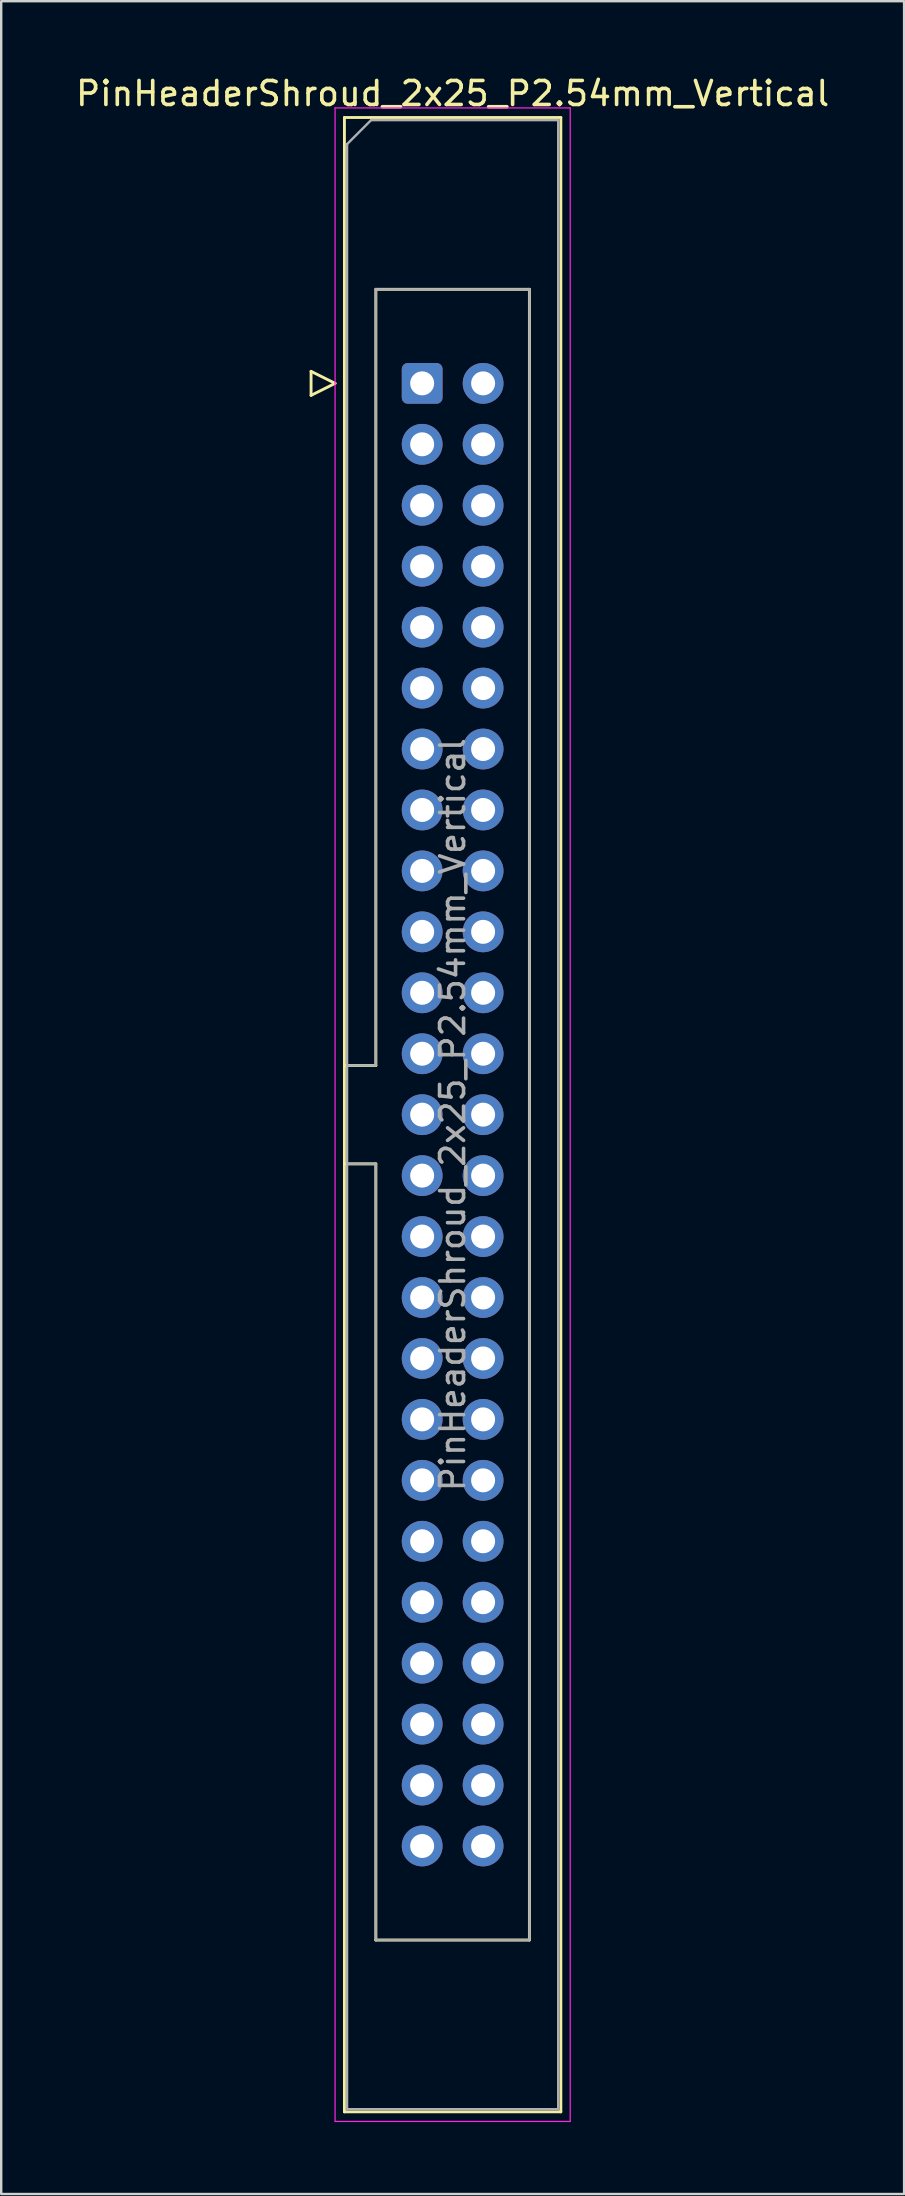
<source format=kicad_pcb>
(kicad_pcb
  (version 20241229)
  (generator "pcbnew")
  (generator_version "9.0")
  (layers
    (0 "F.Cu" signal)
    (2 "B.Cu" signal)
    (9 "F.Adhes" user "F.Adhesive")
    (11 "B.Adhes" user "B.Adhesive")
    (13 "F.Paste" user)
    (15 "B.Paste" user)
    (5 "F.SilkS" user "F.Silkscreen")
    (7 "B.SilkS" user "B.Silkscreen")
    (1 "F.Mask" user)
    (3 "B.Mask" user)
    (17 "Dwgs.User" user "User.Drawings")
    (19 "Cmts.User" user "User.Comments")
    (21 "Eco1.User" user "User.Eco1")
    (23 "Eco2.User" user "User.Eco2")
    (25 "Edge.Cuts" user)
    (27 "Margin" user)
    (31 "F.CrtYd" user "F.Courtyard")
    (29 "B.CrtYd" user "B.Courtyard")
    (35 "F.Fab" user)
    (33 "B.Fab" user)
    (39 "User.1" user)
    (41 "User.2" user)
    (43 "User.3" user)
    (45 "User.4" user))
  (footprint "PinHeaderShroud_2x25_P2.54mm_Vertical"
    (layer "F.Cu")
    (at 14.545 12.928)
    (property "Reference" "PinHeaderShroud_2x25_P2.54mm_Vertical" (at 1.27 -12.08 0) (layer "F.SilkS") (effects (font (size 1 1) (thickness 0.15))))
    (attr through_hole)
    (fp_line (start -4.63 -0.5) (end -4.63 0.5) (stroke (width 0.12) (type solid)) (layer "F.SilkS"))
    (fp_line (start -4.63 0.5) (end -3.63 0) (stroke (width 0.12) (type solid)) (layer "F.SilkS"))
    (fp_line (start -3.63 0) (end -4.63 -0.5) (stroke (width 0.12) (type solid)) (layer "F.SilkS"))
    (fp_line (start -3.24 -11.08) (end 5.78 -11.08) (stroke (width 0.12) (type solid)) (layer "F.SilkS"))
    (fp_line (start -3.24 28.43) (end -1.93 28.43) (stroke (width 0.12) (type solid)) (layer "F.SilkS"))
    (fp_line (start -3.24 32.53) (end -1.93 32.53) (stroke (width 0.12) (type solid)) (layer "F.SilkS"))
    (fp_line (start -3.24 72.04) (end -3.24 -11.08) (stroke (width 0.12) (type solid)) (layer "F.SilkS"))
    (fp_line (start -1.93 -3.92) (end 4.47 -3.92) (stroke (width 0.12) (type solid)) (layer "F.SilkS"))
    (fp_line (start -1.93 28.43) (end -1.93 -3.92) (stroke (width 0.12) (type solid)) (layer "F.SilkS"))
    (fp_line (start -1.93 64.88) (end -1.93 32.53) (stroke (width 0.12) (type solid)) (layer "F.SilkS"))
    (fp_line (start 4.47 -3.92) (end 4.47 64.88) (stroke (width 0.12) (type solid)) (layer "F.SilkS"))
    (fp_line (start 4.47 64.88) (end -1.93 64.88) (stroke (width 0.12) (type solid)) (layer "F.SilkS"))
    (fp_line (start 5.78 -11.08) (end 5.78 72.04) (stroke (width 0.12) (type solid)) (layer "F.SilkS"))
    (fp_line (start 5.78 72.04) (end -3.24 72.04) (stroke (width 0.12) (type solid)) (layer "F.SilkS"))
    (fp_line (start -3.63 -11.48) (end -3.63 72.44) (stroke (width 0.05) (type solid)) (layer "F.CrtYd"))
    (fp_line (start -3.63 72.44) (end 6.17 72.44) (stroke (width 0.05) (type solid)) (layer "F.CrtYd"))
    (fp_line (start 6.17 -11.48) (end -3.63 -11.48) (stroke (width 0.05) (type solid)) (layer "F.CrtYd"))
    (fp_line (start 6.17 72.44) (end 6.17 -11.48) (stroke (width 0.05) (type solid)) (layer "F.CrtYd"))
    (fp_line (start -3.13 -9.97) (end -2.13 -10.97) (stroke (width 0.1) (type solid)) (layer "F.Fab"))
    (fp_line (start -3.13 28.43) (end -1.93 28.43) (stroke (width 0.1) (type solid)) (layer "F.Fab"))
    (fp_line (start -3.13 32.53) (end -1.93 32.53) (stroke (width 0.1) (type solid)) (layer "F.Fab"))
    (fp_line (start -3.13 71.93) (end -3.13 -9.97) (stroke (width 0.1) (type solid)) (layer "F.Fab"))
    (fp_line (start -2.13 -10.97) (end 5.67 -10.97) (stroke (width 0.1) (type solid)) (layer "F.Fab"))
    (fp_line (start -1.93 -3.92) (end 4.47 -3.92) (stroke (width 0.1) (type solid)) (layer "F.Fab"))
    (fp_line (start -1.93 28.43) (end -1.93 -3.92) (stroke (width 0.1) (type solid)) (layer "F.Fab"))
    (fp_line (start -1.93 64.88) (end -1.93 32.53) (stroke (width 0.1) (type solid)) (layer "F.Fab"))
    (fp_line (start 4.47 -3.92) (end 4.47 64.88) (stroke (width 0.1) (type solid)) (layer "F.Fab"))
    (fp_line (start 4.47 64.88) (end -1.93 64.88) (stroke (width 0.1) (type solid)) (layer "F.Fab"))
    (fp_line (start 5.67 -10.97) (end 5.67 71.93) (stroke (width 0.1) (type solid)) (layer "F.Fab"))
    (fp_line (start 5.67 71.93) (end -3.13 71.93) (stroke (width 0.1) (type solid)) (layer "F.Fab"))
    (fp_text user "${REFERENCE}" (at 1.27 30.48 90) (layer "F.Fab") (effects (font (size 1 1) (thickness 0.15))))
    (pad "1" thru_hole roundrect (at 0 0) (size 1.7 1.7) (drill 1) (layers "*.Cu" "*.Mask") (roundrect_rratio 0.147))
    (pad "2" thru_hole circle (at 2.54 0) (size 1.7 1.7) (drill 1) (layers "*.Cu" "*.Mask"))
    (pad "3" thru_hole circle (at 0 2.54) (size 1.7 1.7) (drill 1) (layers "*.Cu" "*.Mask"))
    (pad "4" thru_hole circle (at 2.54 2.54) (size 1.7 1.7) (drill 1) (layers "*.Cu" "*.Mask"))
    (pad "5" thru_hole circle (at 0 5.08) (size 1.7 1.7) (drill 1) (layers "*.Cu" "*.Mask"))
    (pad "6" thru_hole circle (at 2.54 5.08) (size 1.7 1.7) (drill 1) (layers "*.Cu" "*.Mask"))
    (pad "7" thru_hole circle (at 0 7.62) (size 1.7 1.7) (drill 1) (layers "*.Cu" "*.Mask"))
    (pad "8" thru_hole circle (at 2.54 7.62) (size 1.7 1.7) (drill 1) (layers "*.Cu" "*.Mask"))
    (pad "9" thru_hole circle (at 0 10.16) (size 1.7 1.7) (drill 1) (layers "*.Cu" "*.Mask"))
    (pad "10" thru_hole circle (at 2.54 10.16) (size 1.7 1.7) (drill 1) (layers "*.Cu" "*.Mask"))
    (pad "11" thru_hole circle (at 0 12.7) (size 1.7 1.7) (drill 1) (layers "*.Cu" "*.Mask"))
    (pad "12" thru_hole circle (at 2.54 12.7) (size 1.7 1.7) (drill 1) (layers "*.Cu" "*.Mask"))
    (pad "13" thru_hole circle (at 0 15.24) (size 1.7 1.7) (drill 1) (layers "*.Cu" "*.Mask"))
    (pad "14" thru_hole circle (at 2.54 15.24) (size 1.7 1.7) (drill 1) (layers "*.Cu" "*.Mask"))
    (pad "15" thru_hole circle (at 0 17.78) (size 1.7 1.7) (drill 1) (layers "*.Cu" "*.Mask"))
    (pad "16" thru_hole circle (at 2.54 17.78) (size 1.7 1.7) (drill 1) (layers "*.Cu" "*.Mask"))
    (pad "17" thru_hole circle (at 0 20.32) (size 1.7 1.7) (drill 1) (layers "*.Cu" "*.Mask"))
    (pad "18" thru_hole circle (at 2.54 20.32) (size 1.7 1.7) (drill 1) (layers "*.Cu" "*.Mask"))
    (pad "19" thru_hole circle (at 0 22.86) (size 1.7 1.7) (drill 1) (layers "*.Cu" "*.Mask"))
    (pad "20" thru_hole circle (at 2.54 22.86) (size 1.7 1.7) (drill 1) (layers "*.Cu" "*.Mask"))
    (pad "21" thru_hole circle (at 0 25.4) (size 1.7 1.7) (drill 1) (layers "*.Cu" "*.Mask"))
    (pad "22" thru_hole circle (at 2.54 25.4) (size 1.7 1.7) (drill 1) (layers "*.Cu" "*.Mask"))
    (pad "23" thru_hole circle (at 0 27.94) (size 1.7 1.7) (drill 1) (layers "*.Cu" "*.Mask"))
    (pad "24" thru_hole circle (at 2.54 27.94) (size 1.7 1.7) (drill 1) (layers "*.Cu" "*.Mask"))
    (pad "25" thru_hole circle (at 0 30.48) (size 1.7 1.7) (drill 1) (layers "*.Cu" "*.Mask"))
    (pad "26" thru_hole circle (at 2.54 30.48) (size 1.7 1.7) (drill 1) (layers "*.Cu" "*.Mask"))
    (pad "27" thru_hole circle (at 0 33.02) (size 1.7 1.7) (drill 1) (layers "*.Cu" "*.Mask"))
    (pad "28" thru_hole circle (at 2.54 33.02) (size 1.7 1.7) (drill 1) (layers "*.Cu" "*.Mask"))
    (pad "29" thru_hole circle (at 0 35.56) (size 1.7 1.7) (drill 1) (layers "*.Cu" "*.Mask"))
    (pad "30" thru_hole circle (at 2.54 35.56) (size 1.7 1.7) (drill 1) (layers "*.Cu" "*.Mask"))
    (pad "31" thru_hole circle (at 0 38.1) (size 1.7 1.7) (drill 1) (layers "*.Cu" "*.Mask"))
    (pad "32" thru_hole circle (at 2.54 38.1) (size 1.7 1.7) (drill 1) (layers "*.Cu" "*.Mask"))
    (pad "33" thru_hole circle (at 0 40.64) (size 1.7 1.7) (drill 1) (layers "*.Cu" "*.Mask"))
    (pad "34" thru_hole circle (at 2.54 40.64) (size 1.7 1.7) (drill 1) (layers "*.Cu" "*.Mask"))
    (pad "35" thru_hole circle (at 0 43.18) (size 1.7 1.7) (drill 1) (layers "*.Cu" "*.Mask"))
    (pad "36" thru_hole circle (at 2.54 43.18) (size 1.7 1.7) (drill 1) (layers "*.Cu" "*.Mask"))
    (pad "37" thru_hole circle (at 0 45.72) (size 1.7 1.7) (drill 1) (layers "*.Cu" "*.Mask"))
    (pad "38" thru_hole circle (at 2.54 45.72) (size 1.7 1.7) (drill 1) (layers "*.Cu" "*.Mask"))
    (pad "39" thru_hole circle (at 0 48.26) (size 1.7 1.7) (drill 1) (layers "*.Cu" "*.Mask"))
    (pad "40" thru_hole circle (at 2.54 48.26) (size 1.7 1.7) (drill 1) (layers "*.Cu" "*.Mask"))
    (pad "41" thru_hole circle (at 0 50.8) (size 1.7 1.7) (drill 1) (layers "*.Cu" "*.Mask"))
    (pad "42" thru_hole circle (at 2.54 50.8) (size 1.7 1.7) (drill 1) (layers "*.Cu" "*.Mask"))
    (pad "43" thru_hole circle (at 0 53.34) (size 1.7 1.7) (drill 1) (layers "*.Cu" "*.Mask"))
    (pad "44" thru_hole circle (at 2.54 53.34) (size 1.7 1.7) (drill 1) (layers "*.Cu" "*.Mask"))
    (pad "45" thru_hole circle (at 0 55.88) (size 1.7 1.7) (drill 1) (layers "*.Cu" "*.Mask"))
    (pad "46" thru_hole circle (at 2.54 55.88) (size 1.7 1.7) (drill 1) (layers "*.Cu" "*.Mask"))
    (pad "47" thru_hole circle (at 0 58.42) (size 1.7 1.7) (drill 1) (layers "*.Cu" "*.Mask"))
    (pad "48" thru_hole circle (at 2.54 58.42) (size 1.7 1.7) (drill 1) (layers "*.Cu" "*.Mask"))
    (pad "49" thru_hole circle (at 0 60.96) (size 1.7 1.7) (drill 1) (layers "*.Cu" "*.Mask"))
    (pad "50" thru_hole circle (at 2.54 60.96) (size 1.7 1.7) (drill 1) (layers "*.Cu" "*.Mask")))
  (gr_rect
    (start -3 -3)
    (end 34.631 88.393)
    (stroke (width 0.1) (type default))
    (fill no)
    (layer "Edge.Cuts")))
</source>
